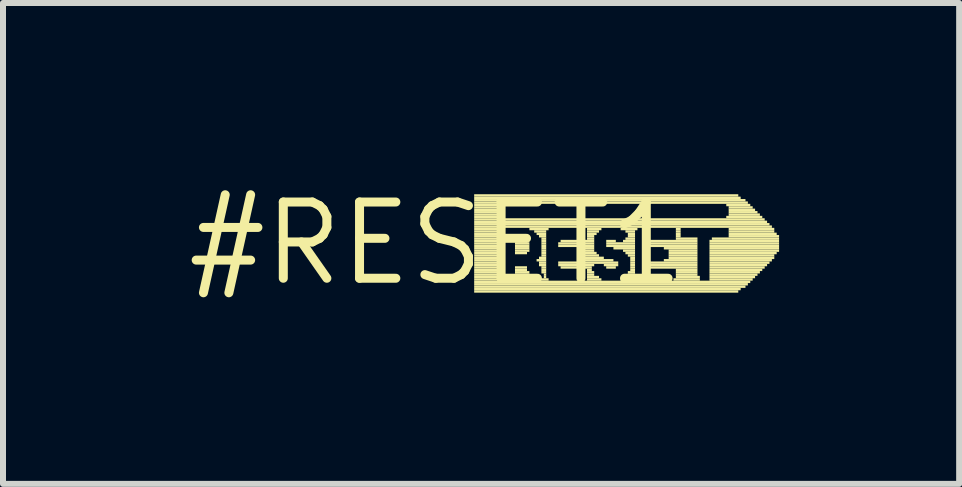
<source format=kicad_pcb>
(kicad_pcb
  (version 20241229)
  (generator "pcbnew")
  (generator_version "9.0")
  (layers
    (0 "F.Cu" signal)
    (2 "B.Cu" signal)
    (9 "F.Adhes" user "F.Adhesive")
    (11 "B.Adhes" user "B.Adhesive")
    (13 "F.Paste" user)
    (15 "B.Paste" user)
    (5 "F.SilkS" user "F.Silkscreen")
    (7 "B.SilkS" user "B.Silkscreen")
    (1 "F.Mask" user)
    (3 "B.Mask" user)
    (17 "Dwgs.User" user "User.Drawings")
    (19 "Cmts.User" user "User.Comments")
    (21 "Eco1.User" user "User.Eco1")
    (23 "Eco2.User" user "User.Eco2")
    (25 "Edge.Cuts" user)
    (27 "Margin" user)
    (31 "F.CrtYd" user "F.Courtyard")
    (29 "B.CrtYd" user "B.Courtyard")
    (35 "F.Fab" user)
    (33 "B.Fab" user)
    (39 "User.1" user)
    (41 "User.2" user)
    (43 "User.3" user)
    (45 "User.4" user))
  (footprint "#RESET1"
    (layer "F.Cu")
    (at 4.21 1.006)
    (property "Reference" "#RESET1" (at 0 0 0) (layer "F.SilkS") (effects (font (size 1.27 1.27) (thickness 0.15))))
    (attr through_hole)
    (fp_poly (pts (xy 0.64 -0.78) (xy 5.04 -0.78) (xy 5.04 -0.82) (xy 0.64 -0.82)) (stroke (width 0) (type solid)) (fill yes) (layer "F.SilkS"))
    (fp_poly (pts (xy 0.64 -0.74) (xy 5.08 -0.74) (xy 5.08 -0.78) (xy 0.64 -0.78)) (stroke (width 0) (type solid)) (fill yes) (layer "F.SilkS"))
    (fp_poly (pts (xy 0.64 -0.7) (xy 5.16 -0.7) (xy 5.16 -0.74) (xy 0.64 -0.74)) (stroke (width 0) (type solid)) (fill yes) (layer "F.SilkS"))
    (fp_poly (pts (xy 0.64 -0.66) (xy 5.2 -0.66) (xy 5.2 -0.7) (xy 0.64 -0.7)) (stroke (width 0) (type solid)) (fill yes) (layer "F.SilkS"))
    (fp_poly (pts (xy 0.64 -0.62) (xy 1.08 -0.62) (xy 1.08 -0.66) (xy 0.64 -0.66)) (stroke (width 0) (type solid)) (fill yes) (layer "F.SilkS"))
    (fp_poly (pts (xy 0.64 -0.58) (xy 1.04 -0.58) (xy 1.04 -0.62) (xy 0.64 -0.62)) (stroke (width 0) (type solid)) (fill yes) (layer "F.SilkS"))
    (fp_poly (pts (xy 0.64 -0.54) (xy 1.04 -0.54) (xy 1.04 -0.58) (xy 0.64 -0.58)) (stroke (width 0) (type solid)) (fill yes) (layer "F.SilkS"))
    (fp_poly (pts (xy 0.64 -0.5) (xy 1.04 -0.5) (xy 1.04 -0.54) (xy 0.64 -0.54)) (stroke (width 0) (type solid)) (fill yes) (layer "F.SilkS"))
    (fp_poly (pts (xy 0.64 -0.46) (xy 1.04 -0.46) (xy 1.04 -0.5) (xy 0.64 -0.5)) (stroke (width 0) (type solid)) (fill yes) (layer "F.SilkS"))
    (fp_poly (pts (xy 0.64 -0.42) (xy 1.08 -0.42) (xy 1.08 -0.46) (xy 0.64 -0.46)) (stroke (width 0) (type solid)) (fill yes) (layer "F.SilkS"))
    (fp_poly (pts (xy 0.64 -0.38) (xy 5.48 -0.38) (xy 5.48 -0.42) (xy 0.64 -0.42)) (stroke (width 0) (type solid)) (fill yes) (layer "F.SilkS"))
    (fp_poly (pts (xy 0.64 -0.34) (xy 5.52 -0.34) (xy 5.52 -0.38) (xy 0.64 -0.38)) (stroke (width 0) (type solid)) (fill yes) (layer "F.SilkS"))
    (fp_poly (pts (xy 0.64 -0.3) (xy 5.56 -0.3) (xy 5.56 -0.34) (xy 0.64 -0.34)) (stroke (width 0) (type solid)) (fill yes) (layer "F.SilkS"))
    (fp_poly (pts (xy 0.64 -0.26) (xy 5.6 -0.26) (xy 5.6 -0.3) (xy 0.64 -0.3)) (stroke (width 0) (type solid)) (fill yes) (layer "F.SilkS"))
    (fp_poly (pts (xy 0.64 -0.22) (xy 1.12 -0.22) (xy 1.12 -0.26) (xy 0.64 -0.26)) (stroke (width 0) (type solid)) (fill yes) (layer "F.SilkS"))
    (fp_poly (pts (xy 0.64 -0.18) (xy 1.12 -0.18) (xy 1.12 -0.22) (xy 0.64 -0.22)) (stroke (width 0) (type solid)) (fill yes) (layer "F.SilkS"))
    (fp_poly (pts (xy 0.64 -0.14) (xy 1.12 -0.14) (xy 1.12 -0.18) (xy 0.64 -0.18)) (stroke (width 0) (type solid)) (fill yes) (layer "F.SilkS"))
    (fp_poly (pts (xy 0.64 -0.1) (xy 1.12 -0.1) (xy 1.12 -0.14) (xy 0.64 -0.14)) (stroke (width 0) (type solid)) (fill yes) (layer "F.SilkS"))
    (fp_poly (pts (xy 0.64 -0.06) (xy 1.12 -0.06) (xy 1.12 -0.1) (xy 0.64 -0.1)) (stroke (width 0) (type solid)) (fill yes) (layer "F.SilkS"))
    (fp_poly (pts (xy 0.64 -0.02) (xy 1.12 -0.02) (xy 1.12 -0.06) (xy 0.64 -0.06)) (stroke (width 0) (type solid)) (fill yes) (layer "F.SilkS"))
    (fp_poly (pts (xy 0.64 0.02) (xy 1.12 0.02) (xy 1.12 -0.02) (xy 0.64 -0.02)) (stroke (width 0) (type solid)) (fill yes) (layer "F.SilkS"))
    (fp_poly (pts (xy 0.64 0.06) (xy 1.12 0.06) (xy 1.12 0.02) (xy 0.64 0.02)) (stroke (width 0) (type solid)) (fill yes) (layer "F.SilkS"))
    (fp_poly (pts (xy 0.64 0.1) (xy 1.12 0.1) (xy 1.12 0.06) (xy 0.64 0.06)) (stroke (width 0) (type solid)) (fill yes) (layer "F.SilkS"))
    (fp_poly (pts (xy 0.64 0.14) (xy 1.12 0.14) (xy 1.12 0.1) (xy 0.64 0.1)) (stroke (width 0) (type solid)) (fill yes) (layer "F.SilkS"))
    (fp_poly (pts (xy 0.64 0.18) (xy 1.12 0.18) (xy 1.12 0.14) (xy 0.64 0.14)) (stroke (width 0) (type solid)) (fill yes) (layer "F.SilkS"))
    (fp_poly (pts (xy 0.64 0.22) (xy 1.12 0.22) (xy 1.12 0.18) (xy 0.64 0.18)) (stroke (width 0) (type solid)) (fill yes) (layer "F.SilkS"))
    (fp_poly (pts (xy 0.64 0.26) (xy 1.12 0.26) (xy 1.12 0.22) (xy 0.64 0.22)) (stroke (width 0) (type solid)) (fill yes) (layer "F.SilkS"))
    (fp_poly (pts (xy 0.64 0.3) (xy 1.12 0.3) (xy 1.12 0.26) (xy 0.64 0.26)) (stroke (width 0) (type solid)) (fill yes) (layer "F.SilkS"))
    (fp_poly (pts (xy 0.64 0.34) (xy 1.12 0.34) (xy 1.12 0.3) (xy 0.64 0.3)) (stroke (width 0) (type solid)) (fill yes) (layer "F.SilkS"))
    (fp_poly (pts (xy 0.64 0.38) (xy 1.12 0.38) (xy 1.12 0.34) (xy 0.64 0.34)) (stroke (width 0) (type solid)) (fill yes) (layer "F.SilkS"))
    (fp_poly (pts (xy 0.64 0.42) (xy 1.12 0.42) (xy 1.12 0.38) (xy 0.64 0.38)) (stroke (width 0) (type solid)) (fill yes) (layer "F.SilkS"))
    (fp_poly (pts (xy 0.64 0.46) (xy 1.12 0.46) (xy 1.12 0.42) (xy 0.64 0.42)) (stroke (width 0) (type solid)) (fill yes) (layer "F.SilkS"))
    (fp_poly (pts (xy 0.64 0.5) (xy 1.12 0.5) (xy 1.12 0.46) (xy 0.64 0.46)) (stroke (width 0) (type solid)) (fill yes) (layer "F.SilkS"))
    (fp_poly (pts (xy 0.64 0.54) (xy 1.12 0.54) (xy 1.12 0.5) (xy 0.64 0.5)) (stroke (width 0) (type solid)) (fill yes) (layer "F.SilkS"))
    (fp_poly (pts (xy 0.64 0.58) (xy 1.12 0.58) (xy 1.12 0.54) (xy 0.64 0.54)) (stroke (width 0) (type solid)) (fill yes) (layer "F.SilkS"))
    (fp_poly (pts (xy 0.64 0.62) (xy 1.12 0.62) (xy 1.12 0.58) (xy 0.64 0.58)) (stroke (width 0) (type solid)) (fill yes) (layer "F.SilkS"))
    (fp_poly (pts (xy 0.64 0.66) (xy 5.24 0.66) (xy 5.24 0.62) (xy 0.64 0.62)) (stroke (width 0) (type solid)) (fill yes) (layer "F.SilkS"))
    (fp_poly (pts (xy 0.64 0.7) (xy 5.2 0.7) (xy 5.2 0.66) (xy 0.64 0.66)) (stroke (width 0) (type solid)) (fill yes) (layer "F.SilkS"))
    (fp_poly (pts (xy 0.64 0.74) (xy 5.16 0.74) (xy 5.16 0.7) (xy 0.64 0.7)) (stroke (width 0) (type solid)) (fill yes) (layer "F.SilkS"))
    (fp_poly (pts (xy 0.64 0.78) (xy 5.08 0.78) (xy 5.08 0.74) (xy 0.64 0.74)) (stroke (width 0) (type solid)) (fill yes) (layer "F.SilkS"))
    (fp_poly (pts (xy 0.64 0.82) (xy 5.04 0.82) (xy 5.04 0.78) (xy 0.64 0.78)) (stroke (width 0) (type solid)) (fill yes) (layer "F.SilkS"))
    (fp_poly (pts (xy 1.28 0.62) (xy 1.6 0.62) (xy 1.6 0.58) (xy 1.28 0.58)) (stroke (width 0) (type solid)) (fill yes) (layer "F.SilkS"))
    (fp_poly (pts (xy 1.32 -0.02) (xy 1.52 -0.02) (xy 1.52 -0.06) (xy 1.32 -0.06)) (stroke (width 0) (type solid)) (fill yes) (layer "F.SilkS"))
    (fp_poly (pts (xy 1.32 0.02) (xy 1.56 0.02) (xy 1.56 -0.02) (xy 1.32 -0.02)) (stroke (width 0) (type solid)) (fill yes) (layer "F.SilkS"))
    (fp_poly (pts (xy 1.32 0.06) (xy 1.56 0.06) (xy 1.56 0.02) (xy 1.32 0.02)) (stroke (width 0) (type solid)) (fill yes) (layer "F.SilkS"))
    (fp_poly (pts (xy 1.32 0.1) (xy 1.56 0.1) (xy 1.56 0.06) (xy 1.32 0.06)) (stroke (width 0) (type solid)) (fill yes) (layer "F.SilkS"))
    (fp_poly (pts (xy 1.32 0.14) (xy 1.56 0.14) (xy 1.56 0.1) (xy 1.32 0.1)) (stroke (width 0) (type solid)) (fill yes) (layer "F.SilkS"))
    (fp_poly (pts (xy 1.32 0.18) (xy 1.52 0.18) (xy 1.52 0.14) (xy 1.32 0.14)) (stroke (width 0) (type solid)) (fill yes) (layer "F.SilkS"))
    (fp_poly (pts (xy 1.32 0.42) (xy 1.52 0.42) (xy 1.52 0.38) (xy 1.32 0.38)) (stroke (width 0) (type solid)) (fill yes) (layer "F.SilkS"))
    (fp_poly (pts (xy 1.32 0.46) (xy 1.52 0.46) (xy 1.52 0.42) (xy 1.32 0.42)) (stroke (width 0) (type solid)) (fill yes) (layer "F.SilkS"))
    (fp_poly (pts (xy 1.32 0.5) (xy 1.56 0.5) (xy 1.56 0.46) (xy 1.32 0.46)) (stroke (width 0) (type solid)) (fill yes) (layer "F.SilkS"))
    (fp_poly (pts (xy 1.32 0.54) (xy 1.56 0.54) (xy 1.56 0.5) (xy 1.32 0.5)) (stroke (width 0) (type solid)) (fill yes) (layer "F.SilkS"))
    (fp_poly (pts (xy 1.32 0.58) (xy 1.6 0.58) (xy 1.6 0.54) (xy 1.32 0.54)) (stroke (width 0) (type solid)) (fill yes) (layer "F.SilkS"))
    (fp_poly (pts (xy 1.56 -0.22) (xy 1.88 -0.22) (xy 1.88 -0.26) (xy 1.56 -0.26)) (stroke (width 0) (type solid)) (fill yes) (layer "F.SilkS"))
    (fp_poly (pts (xy 1.64 -0.18) (xy 1.84 -0.18) (xy 1.84 -0.22) (xy 1.64 -0.22)) (stroke (width 0) (type solid)) (fill yes) (layer "F.SilkS"))
    (fp_poly (pts (xy 1.68 -0.14) (xy 1.84 -0.14) (xy 1.84 -0.18) (xy 1.68 -0.18)) (stroke (width 0) (type solid)) (fill yes) (layer "F.SilkS"))
    (fp_poly (pts (xy 1.68 0.3) (xy 1.84 0.3) (xy 1.84 0.26) (xy 1.68 0.26)) (stroke (width 0) (type solid)) (fill yes) (layer "F.SilkS"))
    (fp_poly (pts (xy 1.72 -0.1) (xy 1.84 -0.1) (xy 1.84 -0.14) (xy 1.72 -0.14)) (stroke (width 0) (type solid)) (fill yes) (layer "F.SilkS"))
    (fp_poly (pts (xy 1.72 0.26) (xy 1.84 0.26) (xy 1.84 0.22) (xy 1.72 0.22)) (stroke (width 0) (type solid)) (fill yes) (layer "F.SilkS"))
    (fp_poly (pts (xy 1.72 0.34) (xy 1.84 0.34) (xy 1.84 0.3) (xy 1.72 0.3)) (stroke (width 0) (type solid)) (fill yes) (layer "F.SilkS"))
    (fp_poly (pts (xy 1.72 0.38) (xy 1.84 0.38) (xy 1.84 0.34) (xy 1.72 0.34)) (stroke (width 0) (type solid)) (fill yes) (layer "F.SilkS"))
    (fp_poly (pts (xy 1.72 0.62) (xy 1.88 0.62) (xy 1.88 0.58) (xy 1.72 0.58)) (stroke (width 0) (type solid)) (fill yes) (layer "F.SilkS"))
    (fp_poly (pts (xy 1.76 -0.06) (xy 1.84 -0.06) (xy 1.84 -0.1) (xy 1.76 -0.1)) (stroke (width 0) (type solid)) (fill yes) (layer "F.SilkS"))
    (fp_poly (pts (xy 1.76 -0.02) (xy 1.84 -0.02) (xy 1.84 -0.06) (xy 1.76 -0.06)) (stroke (width 0) (type solid)) (fill yes) (layer "F.SilkS"))
    (fp_poly (pts (xy 1.76 0.02) (xy 1.84 0.02) (xy 1.84 -0.02) (xy 1.76 -0.02)) (stroke (width 0) (type solid)) (fill yes) (layer "F.SilkS"))
    (fp_poly (pts (xy 1.76 0.06) (xy 1.84 0.06) (xy 1.84 0.02) (xy 1.76 0.02)) (stroke (width 0) (type solid)) (fill yes) (layer "F.SilkS"))
    (fp_poly (pts (xy 1.76 0.1) (xy 1.84 0.1) (xy 1.84 0.06) (xy 1.76 0.06)) (stroke (width 0) (type solid)) (fill yes) (layer "F.SilkS"))
    (fp_poly (pts (xy 1.76 0.14) (xy 1.84 0.14) (xy 1.84 0.1) (xy 1.76 0.1)) (stroke (width 0) (type solid)) (fill yes) (layer "F.SilkS"))
    (fp_poly (pts (xy 1.76 0.18) (xy 1.84 0.18) (xy 1.84 0.14) (xy 1.76 0.14)) (stroke (width 0) (type solid)) (fill yes) (layer "F.SilkS"))
    (fp_poly (pts (xy 1.76 0.22) (xy 1.84 0.22) (xy 1.84 0.18) (xy 1.76 0.18)) (stroke (width 0) (type solid)) (fill yes) (layer "F.SilkS"))
    (fp_poly (pts (xy 1.76 0.42) (xy 1.84 0.42) (xy 1.84 0.38) (xy 1.76 0.38)) (stroke (width 0) (type solid)) (fill yes) (layer "F.SilkS"))
    (fp_poly (pts (xy 1.76 0.46) (xy 1.84 0.46) (xy 1.84 0.42) (xy 1.76 0.42)) (stroke (width 0) (type solid)) (fill yes) (layer "F.SilkS"))
    (fp_poly (pts (xy 1.76 0.5) (xy 1.84 0.5) (xy 1.84 0.46) (xy 1.76 0.46)) (stroke (width 0) (type solid)) (fill yes) (layer "F.SilkS"))
    (fp_poly (pts (xy 1.8 0.54) (xy 1.84 0.54) (xy 1.84 0.5) (xy 1.8 0.5)) (stroke (width 0) (type solid)) (fill yes) (layer "F.SilkS"))
    (fp_poly (pts (xy 1.8 0.58) (xy 1.84 0.58) (xy 1.84 0.54) (xy 1.8 0.54)) (stroke (width 0) (type solid)) (fill yes) (layer "F.SilkS"))
    (fp_poly (pts (xy 2.04 0.02) (xy 2.64 0.02) (xy 2.64 -0.02) (xy 2.04 -0.02)) (stroke (width 0) (type solid)) (fill yes) (layer "F.SilkS"))
    (fp_poly (pts (xy 2.04 0.06) (xy 2.64 0.06) (xy 2.64 0.02) (xy 2.04 0.02)) (stroke (width 0) (type solid)) (fill yes) (layer "F.SilkS"))
    (fp_poly (pts (xy 2.04 0.34) (xy 3.04 0.34) (xy 3.04 0.3) (xy 2.04 0.3)) (stroke (width 0) (type solid)) (fill yes) (layer "F.SilkS"))
    (fp_poly (pts (xy 2.04 0.38) (xy 2.64 0.38) (xy 2.64 0.34) (xy 2.04 0.34)) (stroke (width 0) (type solid)) (fill yes) (layer "F.SilkS"))
    (fp_poly (pts (xy 2.08 -0.02) (xy 2.64 -0.02) (xy 2.64 -0.06) (xy 2.08 -0.06)) (stroke (width 0) (type solid)) (fill yes) (layer "F.SilkS"))
    (fp_poly (pts (xy 2.08 0.42) (xy 2.6 0.42) (xy 2.6 0.38) (xy 2.08 0.38)) (stroke (width 0) (type solid)) (fill yes) (layer "F.SilkS"))
    (fp_poly (pts (xy 2.36 0.1) (xy 2.64 0.1) (xy 2.64 0.06) (xy 2.36 0.06)) (stroke (width 0) (type solid)) (fill yes) (layer "F.SilkS"))
    (fp_poly (pts (xy 2.36 0.3) (xy 2.96 0.3) (xy 2.96 0.26) (xy 2.36 0.26)) (stroke (width 0) (type solid)) (fill yes) (layer "F.SilkS"))
    (fp_poly (pts (xy 2.4 0.14) (xy 2.64 0.14) (xy 2.64 0.1) (xy 2.4 0.1)) (stroke (width 0) (type solid)) (fill yes) (layer "F.SilkS"))
    (fp_poly (pts (xy 2.4 0.18) (xy 2.68 0.18) (xy 2.68 0.14) (xy 2.4 0.14)) (stroke (width 0) (type solid)) (fill yes) (layer "F.SilkS"))
    (fp_poly (pts (xy 2.4 0.22) (xy 2.72 0.22) (xy 2.72 0.18) (xy 2.4 0.18)) (stroke (width 0) (type solid)) (fill yes) (layer "F.SilkS"))
    (fp_poly (pts (xy 2.4 0.26) (xy 2.8 0.26) (xy 2.8 0.22) (xy 2.4 0.22)) (stroke (width 0) (type solid)) (fill yes) (layer "F.SilkS"))
    (fp_poly (pts (xy 2.52 -0.22) (xy 2.76 -0.22) (xy 2.76 -0.26) (xy 2.52 -0.26)) (stroke (width 0) (type solid)) (fill yes) (layer "F.SilkS"))
    (fp_poly (pts (xy 2.52 -0.18) (xy 2.72 -0.18) (xy 2.72 -0.22) (xy 2.52 -0.22)) (stroke (width 0) (type solid)) (fill yes) (layer "F.SilkS"))
    (fp_poly (pts (xy 2.52 -0.14) (xy 2.68 -0.14) (xy 2.68 -0.18) (xy 2.52 -0.18)) (stroke (width 0) (type solid)) (fill yes) (layer "F.SilkS"))
    (fp_poly (pts (xy 2.52 -0.1) (xy 2.64 -0.1) (xy 2.64 -0.14) (xy 2.52 -0.14)) (stroke (width 0) (type solid)) (fill yes) (layer "F.SilkS"))
    (fp_poly (pts (xy 2.52 -0.06) (xy 2.64 -0.06) (xy 2.64 -0.1) (xy 2.52 -0.1)) (stroke (width 0) (type solid)) (fill yes) (layer "F.SilkS"))
    (fp_poly (pts (xy 2.52 0.46) (xy 2.6 0.46) (xy 2.6 0.42) (xy 2.52 0.42)) (stroke (width 0) (type solid)) (fill yes) (layer "F.SilkS"))
    (fp_poly (pts (xy 2.52 0.5) (xy 2.64 0.5) (xy 2.64 0.46) (xy 2.52 0.46)) (stroke (width 0) (type solid)) (fill yes) (layer "F.SilkS"))
    (fp_poly (pts (xy 2.52 0.54) (xy 2.64 0.54) (xy 2.64 0.5) (xy 2.52 0.5)) (stroke (width 0) (type solid)) (fill yes) (layer "F.SilkS"))
    (fp_poly (pts (xy 2.52 0.58) (xy 2.72 0.58) (xy 2.72 0.54) (xy 2.52 0.54)) (stroke (width 0) (type solid)) (fill yes) (layer "F.SilkS"))
    (fp_poly (pts (xy 2.52 0.62) (xy 2.76 0.62) (xy 2.76 0.58) (xy 2.52 0.58)) (stroke (width 0) (type solid)) (fill yes) (layer "F.SilkS"))
    (fp_poly (pts (xy 2.8 0.38) (xy 3.04 0.38) (xy 3.04 0.34) (xy 2.8 0.34)) (stroke (width 0) (type solid)) (fill yes) (layer "F.SilkS"))
    (fp_poly (pts (xy 2.84 -0.02) (xy 3 -0.02) (xy 3 -0.06) (xy 2.84 -0.06)) (stroke (width 0) (type solid)) (fill yes) (layer "F.SilkS"))
    (fp_poly (pts (xy 2.84 0.02) (xy 3.32 0.02) (xy 3.32 -0.02) (xy 2.84 -0.02)) (stroke (width 0) (type solid)) (fill yes) (layer "F.SilkS"))
    (fp_poly (pts (xy 2.84 0.06) (xy 3.32 0.06) (xy 3.32 0.02) (xy 2.84 0.02)) (stroke (width 0) (type solid)) (fill yes) (layer "F.SilkS"))
    (fp_poly (pts (xy 2.84 0.42) (xy 3 0.42) (xy 3 0.38) (xy 2.84 0.38)) (stroke (width 0) (type solid)) (fill yes) (layer "F.SilkS"))
    (fp_poly (pts (xy 2.96 0.1) (xy 3.32 0.1) (xy 3.32 0.06) (xy 2.96 0.06)) (stroke (width 0) (type solid)) (fill yes) (layer "F.SilkS"))
    (fp_poly (pts (xy 3.08 -0.22) (xy 3.36 -0.22) (xy 3.36 -0.26) (xy 3.08 -0.26)) (stroke (width 0) (type solid)) (fill yes) (layer "F.SilkS"))
    (fp_poly (pts (xy 3.08 0.62) (xy 3.36 0.62) (xy 3.36 0.58) (xy 3.08 0.58)) (stroke (width 0) (type solid)) (fill yes) (layer "F.SilkS"))
    (fp_poly (pts (xy 3.12 -0.02) (xy 3.32 -0.02) (xy 3.32 -0.06) (xy 3.12 -0.06)) (stroke (width 0) (type solid)) (fill yes) (layer "F.SilkS"))
    (fp_poly (pts (xy 3.12 0.14) (xy 3.32 0.14) (xy 3.32 0.1) (xy 3.12 0.1)) (stroke (width 0) (type solid)) (fill yes) (layer "F.SilkS"))
    (fp_poly (pts (xy 3.12 0.58) (xy 3.32 0.58) (xy 3.32 0.54) (xy 3.12 0.54)) (stroke (width 0) (type solid)) (fill yes) (layer "F.SilkS"))
    (fp_poly (pts (xy 3.16 -0.18) (xy 3.32 -0.18) (xy 3.32 -0.22) (xy 3.16 -0.22)) (stroke (width 0) (type solid)) (fill yes) (layer "F.SilkS"))
    (fp_poly (pts (xy 3.16 -0.06) (xy 3.32 -0.06) (xy 3.32 -0.1) (xy 3.16 -0.1)) (stroke (width 0) (type solid)) (fill yes) (layer "F.SilkS"))
    (fp_poly (pts (xy 3.16 0.18) (xy 3.32 0.18) (xy 3.32 0.14) (xy 3.16 0.14)) (stroke (width 0) (type solid)) (fill yes) (layer "F.SilkS"))
    (fp_poly (pts (xy 3.2 -0.14) (xy 3.32 -0.14) (xy 3.32 -0.18) (xy 3.2 -0.18)) (stroke (width 0) (type solid)) (fill yes) (layer "F.SilkS"))
    (fp_poly (pts (xy 3.2 -0.1) (xy 3.32 -0.1) (xy 3.32 -0.14) (xy 3.2 -0.14)) (stroke (width 0) (type solid)) (fill yes) (layer "F.SilkS"))
    (fp_poly (pts (xy 3.2 0.22) (xy 3.32 0.22) (xy 3.32 0.18) (xy 3.2 0.18)) (stroke (width 0) (type solid)) (fill yes) (layer "F.SilkS"))
    (fp_poly (pts (xy 3.2 0.5) (xy 3.32 0.5) (xy 3.32 0.46) (xy 3.2 0.46)) (stroke (width 0) (type solid)) (fill yes) (layer "F.SilkS"))
    (fp_poly (pts (xy 3.2 0.54) (xy 3.32 0.54) (xy 3.32 0.5) (xy 3.2 0.5)) (stroke (width 0) (type solid)) (fill yes) (layer "F.SilkS"))
    (fp_poly (pts (xy 3.24 0.26) (xy 3.32 0.26) (xy 3.32 0.22) (xy 3.24 0.22)) (stroke (width 0) (type solid)) (fill yes) (layer "F.SilkS"))
    (fp_poly (pts (xy 3.24 0.3) (xy 3.32 0.3) (xy 3.32 0.26) (xy 3.24 0.26)) (stroke (width 0) (type solid)) (fill yes) (layer "F.SilkS"))
    (fp_poly (pts (xy 3.24 0.34) (xy 3.32 0.34) (xy 3.32 0.3) (xy 3.24 0.3)) (stroke (width 0) (type solid)) (fill yes) (layer "F.SilkS"))
    (fp_poly (pts (xy 3.24 0.38) (xy 3.32 0.38) (xy 3.32 0.34) (xy 3.24 0.34)) (stroke (width 0) (type solid)) (fill yes) (layer "F.SilkS"))
    (fp_poly (pts (xy 3.24 0.42) (xy 3.32 0.42) (xy 3.32 0.38) (xy 3.24 0.38)) (stroke (width 0) (type solid)) (fill yes) (layer "F.SilkS"))
    (fp_poly (pts (xy 3.24 0.46) (xy 3.32 0.46) (xy 3.32 0.42) (xy 3.24 0.42)) (stroke (width 0) (type solid)) (fill yes) (layer "F.SilkS"))
    (fp_poly (pts (xy 3.52 0.02) (xy 4.36 0.02) (xy 4.36 -0.02) (xy 3.52 -0.02)) (stroke (width 0) (type solid)) (fill yes) (layer "F.SilkS"))
    (fp_poly (pts (xy 3.52 0.06) (xy 4.36 0.06) (xy 4.36 0.02) (xy 3.52 0.02)) (stroke (width 0) (type solid)) (fill yes) (layer "F.SilkS"))
    (fp_poly (pts (xy 3.52 0.34) (xy 4.36 0.34) (xy 4.36 0.3) (xy 3.52 0.3)) (stroke (width 0) (type solid)) (fill yes) (layer "F.SilkS"))
    (fp_poly (pts (xy 3.52 0.38) (xy 4.36 0.38) (xy 4.36 0.34) (xy 3.52 0.34)) (stroke (width 0) (type solid)) (fill yes) (layer "F.SilkS"))
    (fp_poly (pts (xy 3.56 -0.02) (xy 4.36 -0.02) (xy 4.36 -0.06) (xy 3.56 -0.06)) (stroke (width 0) (type solid)) (fill yes) (layer "F.SilkS"))
    (fp_poly (pts (xy 3.56 0.42) (xy 4.36 0.42) (xy 4.36 0.38) (xy 3.56 0.38)) (stroke (width 0) (type solid)) (fill yes) (layer "F.SilkS"))
    (fp_poly (pts (xy 3.8 0.1) (xy 4.36 0.1) (xy 4.36 0.06) (xy 3.8 0.06)) (stroke (width 0) (type solid)) (fill yes) (layer "F.SilkS"))
    (fp_poly (pts (xy 3.8 0.3) (xy 4.36 0.3) (xy 4.36 0.26) (xy 3.8 0.26)) (stroke (width 0) (type solid)) (fill yes) (layer "F.SilkS"))
    (fp_poly (pts (xy 3.88 0.14) (xy 4.36 0.14) (xy 4.36 0.1) (xy 3.88 0.1)) (stroke (width 0) (type solid)) (fill yes) (layer "F.SilkS"))
    (fp_poly (pts (xy 3.88 0.18) (xy 4.36 0.18) (xy 4.36 0.14) (xy 3.88 0.14)) (stroke (width 0) (type solid)) (fill yes) (layer "F.SilkS"))
    (fp_poly (pts (xy 3.88 0.22) (xy 4.36 0.22) (xy 4.36 0.18) (xy 3.88 0.18)) (stroke (width 0) (type solid)) (fill yes) (layer "F.SilkS"))
    (fp_poly (pts (xy 3.88 0.26) (xy 4.36 0.26) (xy 4.36 0.22) (xy 3.88 0.22)) (stroke (width 0) (type solid)) (fill yes) (layer "F.SilkS"))
    (fp_poly (pts (xy 3.96 0.62) (xy 4.4 0.62) (xy 4.4 0.58) (xy 3.96 0.58)) (stroke (width 0) (type solid)) (fill yes) (layer "F.SilkS"))
    (fp_poly (pts (xy 4 -0.22) (xy 4.08 -0.22) (xy 4.08 -0.26) (xy 4 -0.26)) (stroke (width 0) (type solid)) (fill yes) (layer "F.SilkS"))
    (fp_poly (pts (xy 4 -0.18) (xy 4.08 -0.18) (xy 4.08 -0.22) (xy 4 -0.22)) (stroke (width 0) (type solid)) (fill yes) (layer "F.SilkS"))
    (fp_poly (pts (xy 4 -0.14) (xy 4.08 -0.14) (xy 4.08 -0.18) (xy 4 -0.18)) (stroke (width 0) (type solid)) (fill yes) (layer "F.SilkS"))
    (fp_poly (pts (xy 4 -0.1) (xy 4.08 -0.1) (xy 4.08 -0.14) (xy 4 -0.14)) (stroke (width 0) (type solid)) (fill yes) (layer "F.SilkS"))
    (fp_poly (pts (xy 4 -0.06) (xy 4.36 -0.06) (xy 4.36 -0.1) (xy 4 -0.1)) (stroke (width 0) (type solid)) (fill yes) (layer "F.SilkS"))
    (fp_poly (pts (xy 4 0.46) (xy 4.36 0.46) (xy 4.36 0.42) (xy 4 0.42)) (stroke (width 0) (type solid)) (fill yes) (layer "F.SilkS"))
    (fp_poly (pts (xy 4 0.5) (xy 4.36 0.5) (xy 4.36 0.46) (xy 4 0.46)) (stroke (width 0) (type solid)) (fill yes) (layer "F.SilkS"))
    (fp_poly (pts (xy 4 0.54) (xy 4.36 0.54) (xy 4.36 0.5) (xy 4 0.5)) (stroke (width 0) (type solid)) (fill yes) (layer "F.SilkS"))
    (fp_poly (pts (xy 4 0.58) (xy 4.4 0.58) (xy 4.4 0.54) (xy 4 0.54)) (stroke (width 0) (type solid)) (fill yes) (layer "F.SilkS"))
    (fp_poly (pts (xy 4.56 -0.02) (xy 5.72 -0.02) (xy 5.72 -0.06) (xy 4.56 -0.06)) (stroke (width 0) (type solid)) (fill yes) (layer "F.SilkS"))
    (fp_poly (pts (xy 4.56 0.02) (xy 5.72 0.02) (xy 5.72 -0.02) (xy 4.56 -0.02)) (stroke (width 0) (type solid)) (fill yes) (layer "F.SilkS"))
    (fp_poly (pts (xy 4.56 0.06) (xy 5.72 0.06) (xy 5.72 0.02) (xy 4.56 0.02)) (stroke (width 0) (type solid)) (fill yes) (layer "F.SilkS"))
    (fp_poly (pts (xy 4.56 0.1) (xy 5.72 0.1) (xy 5.72 0.06) (xy 4.56 0.06)) (stroke (width 0) (type solid)) (fill yes) (layer "F.SilkS"))
    (fp_poly (pts (xy 4.56 0.14) (xy 5.72 0.14) (xy 5.72 0.1) (xy 4.56 0.1)) (stroke (width 0) (type solid)) (fill yes) (layer "F.SilkS"))
    (fp_poly (pts (xy 4.56 0.18) (xy 5.68 0.18) (xy 5.68 0.14) (xy 4.56 0.14)) (stroke (width 0) (type solid)) (fill yes) (layer "F.SilkS"))
    (fp_poly (pts (xy 4.56 0.22) (xy 5.64 0.22) (xy 5.64 0.18) (xy 4.56 0.18)) (stroke (width 0) (type solid)) (fill yes) (layer "F.SilkS"))
    (fp_poly (pts (xy 4.56 0.26) (xy 5.64 0.26) (xy 5.64 0.22) (xy 4.56 0.22)) (stroke (width 0) (type solid)) (fill yes) (layer "F.SilkS"))
    (fp_poly (pts (xy 4.56 0.3) (xy 5.6 0.3) (xy 5.6 0.26) (xy 4.56 0.26)) (stroke (width 0) (type solid)) (fill yes) (layer "F.SilkS"))
    (fp_poly (pts (xy 4.56 0.34) (xy 5.56 0.34) (xy 5.56 0.3) (xy 4.56 0.3)) (stroke (width 0) (type solid)) (fill yes) (layer "F.SilkS"))
    (fp_poly (pts (xy 4.56 0.38) (xy 5.52 0.38) (xy 5.52 0.34) (xy 4.56 0.34)) (stroke (width 0) (type solid)) (fill yes) (layer "F.SilkS"))
    (fp_poly (pts (xy 4.56 0.42) (xy 5.48 0.42) (xy 5.48 0.38) (xy 4.56 0.38)) (stroke (width 0) (type solid)) (fill yes) (layer "F.SilkS"))
    (fp_poly (pts (xy 4.56 0.46) (xy 5.44 0.46) (xy 5.44 0.42) (xy 4.56 0.42)) (stroke (width 0) (type solid)) (fill yes) (layer "F.SilkS"))
    (fp_poly (pts (xy 4.56 0.5) (xy 5.4 0.5) (xy 5.4 0.46) (xy 4.56 0.46)) (stroke (width 0) (type solid)) (fill yes) (layer "F.SilkS"))
    (fp_poly (pts (xy 4.56 0.54) (xy 5.36 0.54) (xy 5.36 0.5) (xy 4.56 0.5)) (stroke (width 0) (type solid)) (fill yes) (layer "F.SilkS"))
    (fp_poly (pts (xy 4.56 0.58) (xy 5.32 0.58) (xy 5.32 0.54) (xy 4.56 0.54)) (stroke (width 0) (type solid)) (fill yes) (layer "F.SilkS"))
    (fp_poly (pts (xy 4.56 0.62) (xy 5.28 0.62) (xy 5.28 0.58) (xy 4.56 0.58)) (stroke (width 0) (type solid)) (fill yes) (layer "F.SilkS"))
    (fp_poly (pts (xy 4.6 -0.06) (xy 5.72 -0.06) (xy 5.72 -0.1) (xy 4.6 -0.1)) (stroke (width 0) (type solid)) (fill yes) (layer "F.SilkS"))
    (fp_poly (pts (xy 4.84 -0.62) (xy 5.24 -0.62) (xy 5.24 -0.66) (xy 4.84 -0.66)) (stroke (width 0) (type solid)) (fill yes) (layer "F.SilkS"))
    (fp_poly (pts (xy 4.84 -0.42) (xy 5.44 -0.42) (xy 5.44 -0.46) (xy 4.84 -0.46)) (stroke (width 0) (type solid)) (fill yes) (layer "F.SilkS"))
    (fp_poly (pts (xy 4.88 -0.58) (xy 5.28 -0.58) (xy 5.28 -0.62) (xy 4.88 -0.62)) (stroke (width 0) (type solid)) (fill yes) (layer "F.SilkS"))
    (fp_poly (pts (xy 4.88 -0.54) (xy 5.32 -0.54) (xy 5.32 -0.58) (xy 4.88 -0.58)) (stroke (width 0) (type solid)) (fill yes) (layer "F.SilkS"))
    (fp_poly (pts (xy 4.88 -0.5) (xy 5.36 -0.5) (xy 5.36 -0.54) (xy 4.88 -0.54)) (stroke (width 0) (type solid)) (fill yes) (layer "F.SilkS"))
    (fp_poly (pts (xy 4.88 -0.46) (xy 5.4 -0.46) (xy 5.4 -0.5) (xy 4.88 -0.5)) (stroke (width 0) (type solid)) (fill yes) (layer "F.SilkS"))
    (fp_poly (pts (xy 4.88 -0.22) (xy 5.64 -0.22) (xy 5.64 -0.26) (xy 4.88 -0.26)) (stroke (width 0) (type solid)) (fill yes) (layer "F.SilkS"))
    (fp_poly (pts (xy 4.88 -0.18) (xy 5.64 -0.18) (xy 5.64 -0.22) (xy 4.88 -0.22)) (stroke (width 0) (type solid)) (fill yes) (layer "F.SilkS"))
    (fp_poly (pts (xy 4.88 -0.14) (xy 5.68 -0.14) (xy 5.68 -0.18) (xy 4.88 -0.18)) (stroke (width 0) (type solid)) (fill yes) (layer "F.SilkS"))
    (fp_poly (pts (xy 4.88 -0.1) (xy 5.72 -0.1) (xy 5.72 -0.14) (xy 4.88 -0.14)) (stroke (width 0) (type solid)) (fill yes) (layer "F.SilkS")))
  (gr_rect
    (start -3 -3)
    (end 12.93 5.012)
    (stroke (width 0.1) (type default))
    (fill no)
    (layer "Edge.Cuts")))
</source>
